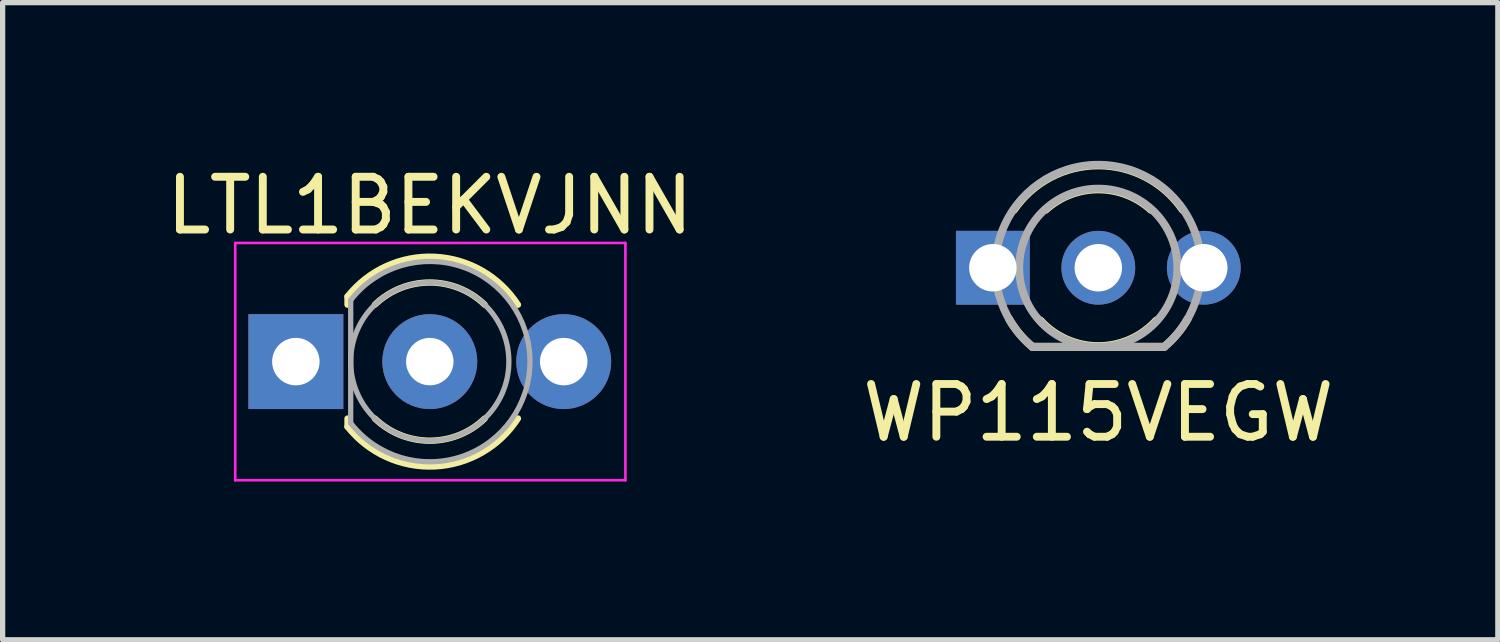
<source format=kicad_pcb>
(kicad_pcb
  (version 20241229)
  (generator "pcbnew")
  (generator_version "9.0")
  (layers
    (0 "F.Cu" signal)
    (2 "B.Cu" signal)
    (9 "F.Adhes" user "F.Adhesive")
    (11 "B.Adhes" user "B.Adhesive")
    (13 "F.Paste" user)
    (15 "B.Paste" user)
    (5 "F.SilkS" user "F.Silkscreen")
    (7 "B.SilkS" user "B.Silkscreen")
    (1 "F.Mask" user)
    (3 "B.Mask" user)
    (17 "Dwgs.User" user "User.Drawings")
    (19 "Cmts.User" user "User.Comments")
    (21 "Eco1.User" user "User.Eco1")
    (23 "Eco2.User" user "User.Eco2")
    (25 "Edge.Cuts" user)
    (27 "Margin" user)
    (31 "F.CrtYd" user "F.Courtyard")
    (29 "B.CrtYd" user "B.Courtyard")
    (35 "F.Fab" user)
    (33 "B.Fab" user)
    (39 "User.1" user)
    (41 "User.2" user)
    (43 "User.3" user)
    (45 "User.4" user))
  (footprint "LTL1BEKVJNN"
    (layer "F.Cu")
    (at 5.101 3.808)
    (property "Reference" "LTL1BEKVJNN" (at 0 -2.96 0) (layer "F.SilkS") (effects (font (size 1 1) (thickness 0.15))))
    (attr through_hole)
    (fp_line (start -1.56 -1.236) (end -1.56 -1.08) (stroke (width 0.12) (type solid)) (layer "F.SilkS"))
    (fp_line (start -1.56 1.08) (end -1.56 1.236) (stroke (width 0.12) (type solid)) (layer "F.SilkS"))
    (fp_arc (start -1.56 -1.235516) (mid 0.096487 -1.987659) (end 1.672335 -1.078608) (stroke (width 0.12) (type solid)) (layer "F.SilkS"))
    (fp_arc (start -1.040961 -1.08) (mid 0.000117 -1.5) (end 1.04113 -1.079837) (stroke (width 0.12) (type solid)) (layer "F.SilkS"))
    (fp_arc (start 1.04113 1.079837) (mid 0.000117 1.5) (end -1.040961 1.08) (stroke (width 0.12) (type solid)) (layer "F.SilkS"))
    (fp_arc (start 1.672335 1.078608) (mid 0.096487 1.987659) (end -1.56 1.235516) (stroke (width 0.12) (type solid)) (layer "F.SilkS"))
    (fp_line (start -3.69 -2.25) (end -3.69 2.25) (stroke (width 0.05) (type solid)) (layer "F.CrtYd"))
    (fp_line (start -3.69 2.25) (end 3.71 2.25) (stroke (width 0.05) (type solid)) (layer "F.CrtYd"))
    (fp_line (start 3.71 -2.25) (end -3.69 -2.25) (stroke (width 0.05) (type solid)) (layer "F.CrtYd"))
    (fp_line (start 3.71 2.25) (end 3.71 -2.25) (stroke (width 0.05) (type solid)) (layer "F.CrtYd"))
    (fp_line (start -1.5 -1.166) (end -1.5 1.166) (stroke (width 0.1) (type solid)) (layer "F.Fab"))
    (fp_arc (start -1.5 -1.16619) (mid 1.9 0.000452) (end -1.500555 1.165476) (stroke (width 0.1) (type solid)) (layer "F.Fab"))
    (fp_circle (center 0 0) (end 1.5 0) (stroke (width 0.1) (type solid)) (fill no) (layer "F.Fab"))
    (pad "1" thru_hole rect (at -2.54 0) (size 1.8 1.8) (drill 0.9) (layers "*.Cu" "*.Mask"))
    (pad "2" thru_hole circle (at 0 0) (size 1.8 1.8) (drill 0.9) (layers "*.Cu" "*.Mask"))
    (pad "3" thru_hole circle (at 2.54 0) (size 1.8 1.8) (drill 0.9) (layers "*.Cu" "*.Mask")))
  (footprint "WP115VEGW"
    (layer "F.Cu")
    (at 17.78 2.028)
    (property "Reference" "WP115VEGW" (at 0 2.75 0) (layer "F.SilkS") (effects (font (size 1 1) (thickness 0.15))))
    (attr through_hole)
    (fp_line (start -1.25 1.5) (end 1.25 1.5) (stroke (width 0.15) (type solid)) (layer "F.SilkS"))
    (fp_arc (start -1.6 -1.1) (mid 0 -1.941649) (end 1.6 -1.1) (stroke (width 0.15) (type solid)) (layer "F.SilkS"))
    (fp_arc (start -1.25 1.5) (mid -1.496414 1.25429) (end -1.695299 0.968742) (stroke (width 0.15) (type solid)) (layer "F.SilkS"))
    (fp_arc (start -1 -1.1) (mid 0 -1.486607) (end 1 -1.1) (stroke (width 0.15) (type solid)) (layer "F.SilkS"))
    (fp_arc (start 1.1 1) (mid 0 1.486607) (end -1.1 1) (stroke (width 0.15) (type solid)) (layer "F.SilkS"))
    (fp_arc (start 1.694461 0.970208) (mid 1.495872 1.254938) (end 1.25 1.5) (stroke (width 0.15) (type solid)) (layer "F.SilkS"))
    (fp_line (start -1.25 1.5) (end 1.25 1.5) (stroke (width 0.15) (type solid)) (layer "F.Fab"))
    (fp_arc (start -1.25 1.5) (mid 0 -1.952562) (end 1.25 1.5) (stroke (width 0.15) (type solid)) (layer "F.Fab"))
    (fp_circle (center 0 0) (end 1.5 0) (stroke (width 0.15) (type solid)) (fill no) (layer "F.Fab"))
    (pad "1" thru_hole rect (at -2 0) (size 1.4 1.4) (drill 0.9) (layers "*.Cu" "*.Mask"))
    (pad "2" thru_hole circle (at 0 0) (size 1.4 1.4) (drill 0.9) (layers "*.Cu" "*.Mask"))
    (pad "3" thru_hole circle (at 2 0) (size 1.4 1.4) (drill 0.9) (layers "*.Cu" "*.Mask")))
  (gr_rect
    (start -3 -3)
    (end 25.357 9.083)
    (stroke (width 0.1) (type default))
    (fill no)
    (layer "Edge.Cuts")))
</source>
